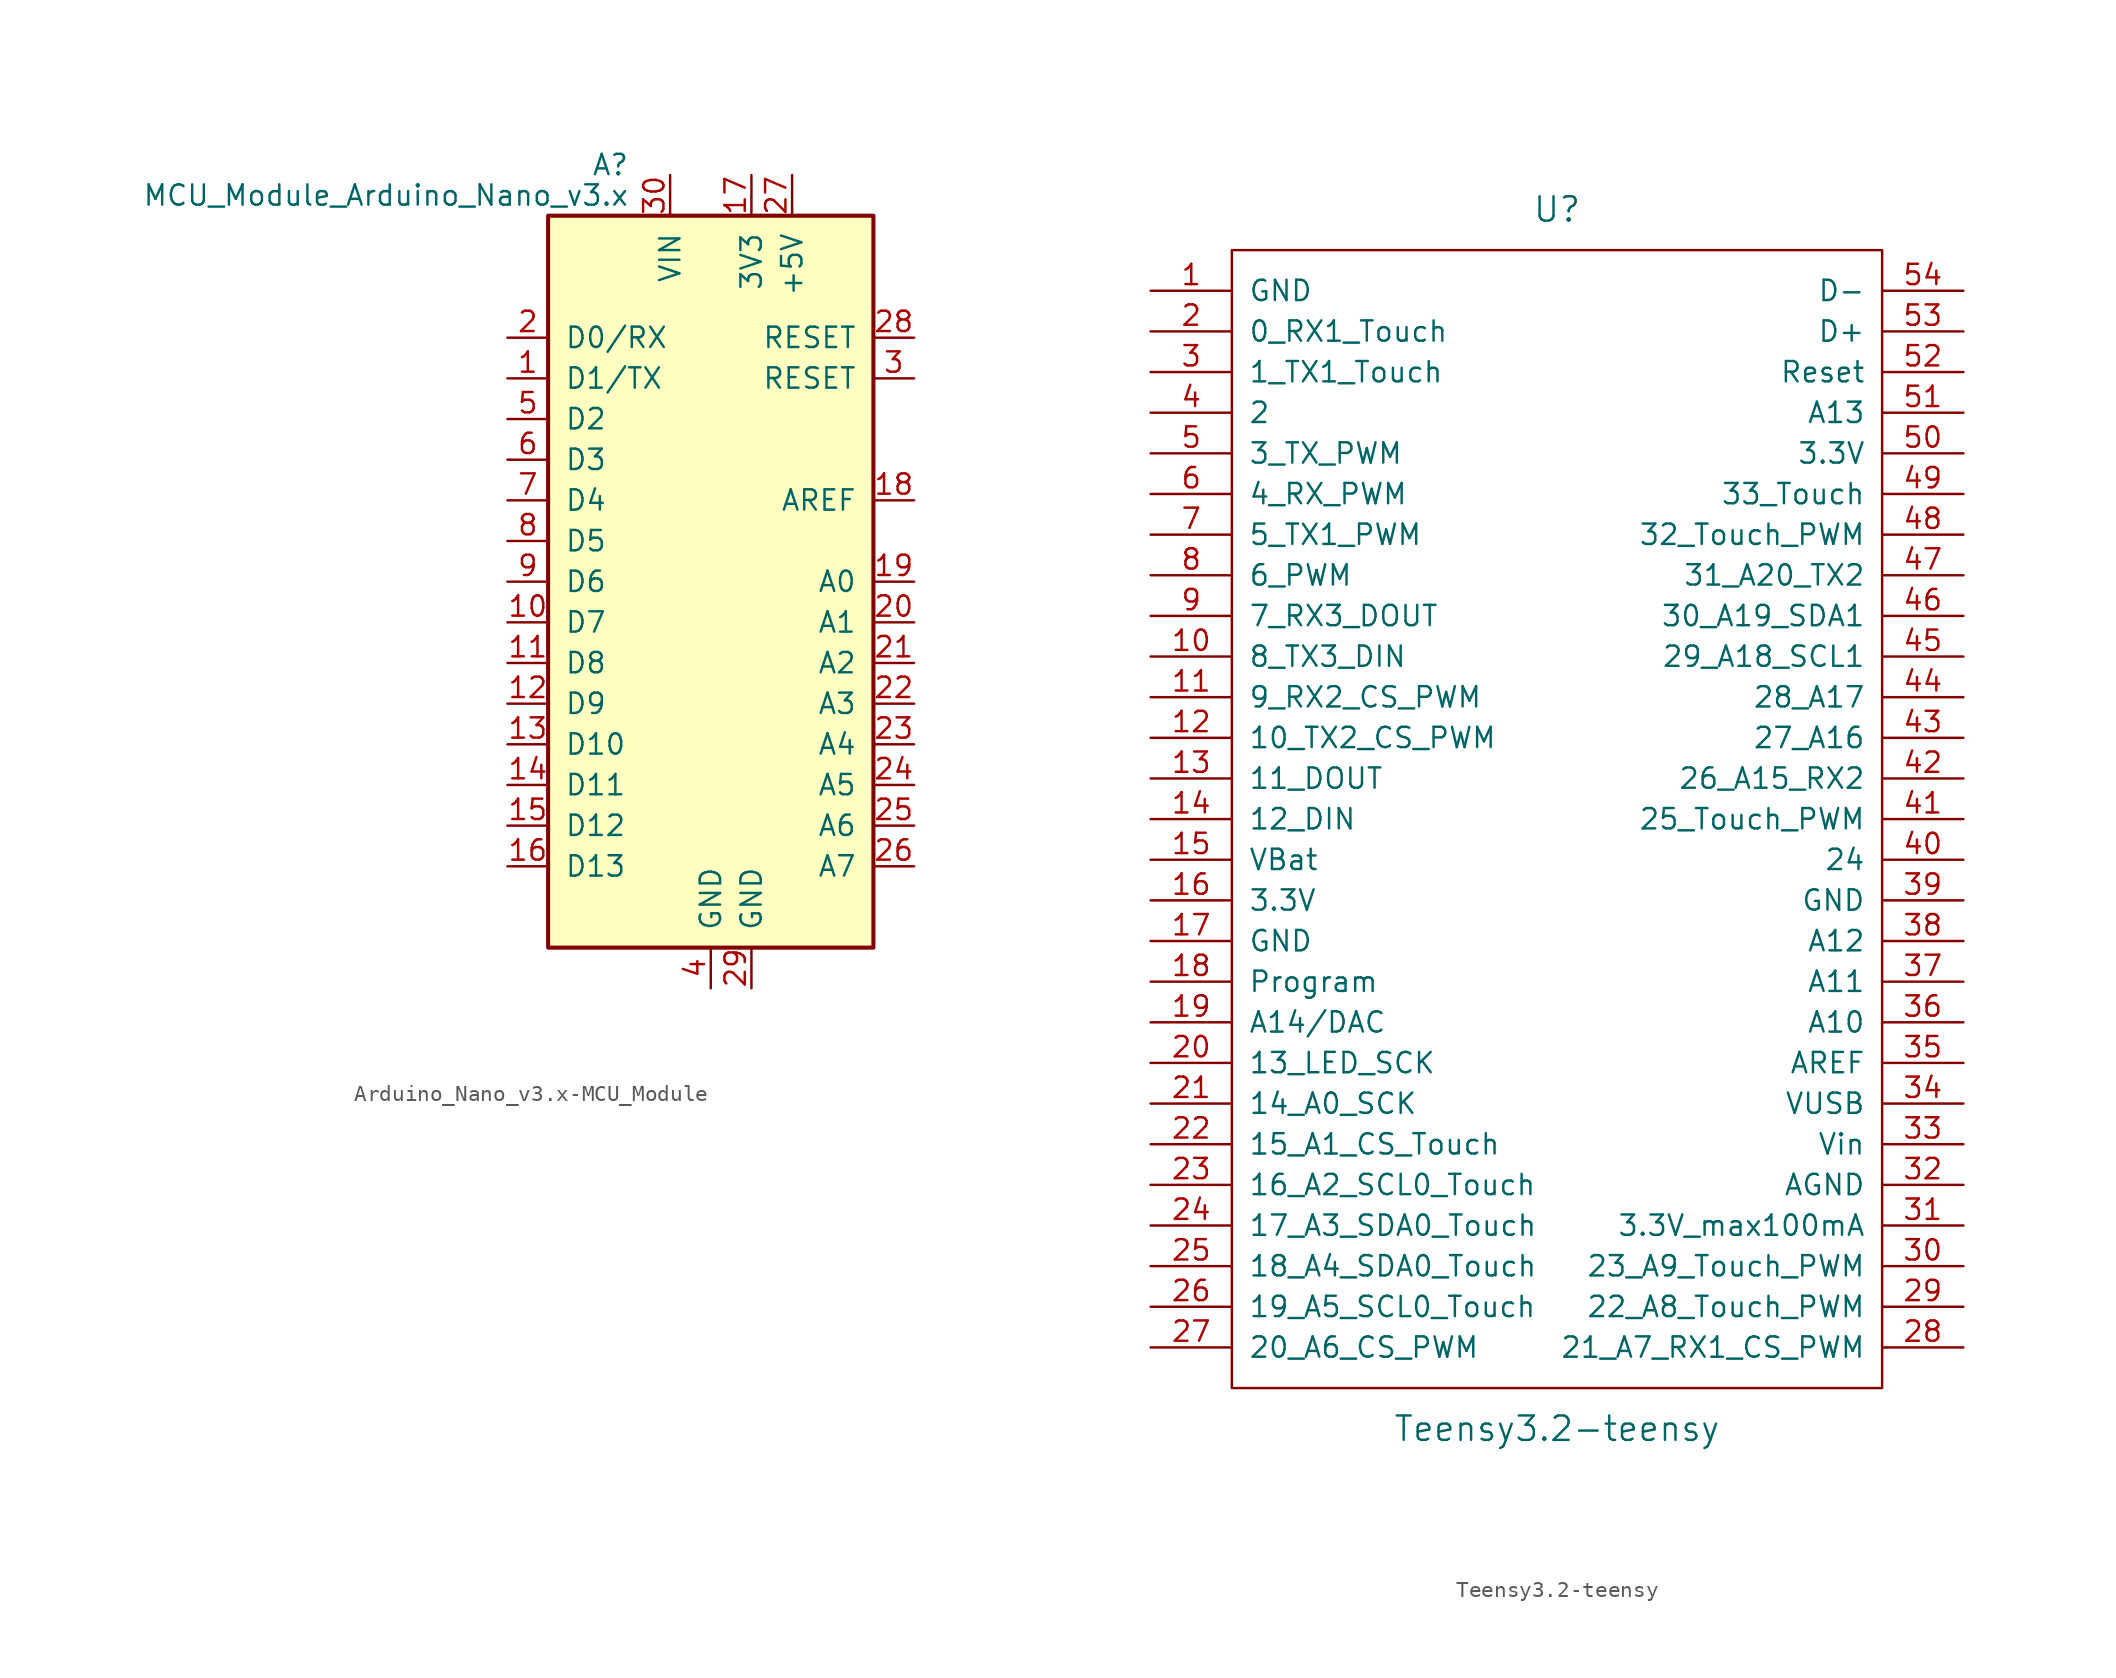
<source format=kicad_sym>
(kicad_symbol_lib
  (version 20220914)
  (generator kicad_symbol_editor)
  (symbol "Arduino_Nano_v3.x-MCU_Module"
    (pin_names
      (offset 1.016))
    (property "Reference" "A"
      (at -5.08 26.035 0)
      (effects (font (size 1.27 1.27)) (justify right)))
    (property "Value" "MCU_Module_Arduino_Nano_v3.x"
      (at -5.08 24.13 0)
      (effects (font (size 1.27 1.27)) (justify right)))
    (symbol "Arduino_Nano_v3.x-MCU_Module_0_1"
      (rectangle (start -10.16 22.86) (end 10.16 -22.86) (stroke (width 0.254) (type solid)) (fill (type background))))
    (symbol "Arduino_Nano_v3.x-MCU_Module_1_1"
      (pin bidirectional line (at -12.7 12.7 0) (length 2.54) (name "D1/TX" (effects (font (size 1.27 1.27)))) (number "1" (effects (font (size 1.27 1.27)))))
      (pin bidirectional line (at -12.7 -2.54 0) (length 2.54) (name "D7" (effects (font (size 1.27 1.27)))) (number "10" (effects (font (size 1.27 1.27)))))
      (pin bidirectional line (at -12.7 -5.08 0) (length 2.54) (name "D8" (effects (font (size 1.27 1.27)))) (number "11" (effects (font (size 1.27 1.27)))))
      (pin bidirectional line (at -12.7 -7.62 0) (length 2.54) (name "D9" (effects (font (size 1.27 1.27)))) (number "12" (effects (font (size 1.27 1.27)))))
      (pin bidirectional line (at -12.7 -10.16 0) (length 2.54) (name "D10" (effects (font (size 1.27 1.27)))) (number "13" (effects (font (size 1.27 1.27)))))
      (pin bidirectional line (at -12.7 -12.7 0) (length 2.54) (name "D11" (effects (font (size 1.27 1.27)))) (number "14" (effects (font (size 1.27 1.27)))))
      (pin bidirectional line (at -12.7 -15.24 0) (length 2.54) (name "D12" (effects (font (size 1.27 1.27)))) (number "15" (effects (font (size 1.27 1.27)))))
      (pin bidirectional line (at -12.7 -17.78 0) (length 2.54) (name "D13" (effects (font (size 1.27 1.27)))) (number "16" (effects (font (size 1.27 1.27)))))
      (pin power_out line (at 2.54 25.4 270) (length 2.54) (name "3V3" (effects (font (size 1.27 1.27)))) (number "17" (effects (font (size 1.27 1.27)))))
      (pin input line (at 12.7 5.08 180) (length 2.54) (name "AREF" (effects (font (size 1.27 1.27)))) (number "18" (effects (font (size 1.27 1.27)))))
      (pin bidirectional line (at 12.7 0 180) (length 2.54) (name "A0" (effects (font (size 1.27 1.27)))) (number "19" (effects (font (size 1.27 1.27)))))
      (pin bidirectional line (at -12.7 15.24 0) (length 2.54) (name "D0/RX" (effects (font (size 1.27 1.27)))) (number "2" (effects (font (size 1.27 1.27)))))
      (pin bidirectional line (at 12.7 -2.54 180) (length 2.54) (name "A1" (effects (font (size 1.27 1.27)))) (number "20" (effects (font (size 1.27 1.27)))))
      (pin bidirectional line (at 12.7 -5.08 180) (length 2.54) (name "A2" (effects (font (size 1.27 1.27)))) (number "21" (effects (font (size 1.27 1.27)))))
      (pin bidirectional line (at 12.7 -7.62 180) (length 2.54) (name "A3" (effects (font (size 1.27 1.27)))) (number "22" (effects (font (size 1.27 1.27)))))
      (pin bidirectional line (at 12.7 -10.16 180) (length 2.54) (name "A4" (effects (font (size 1.27 1.27)))) (number "23" (effects (font (size 1.27 1.27)))))
      (pin bidirectional line (at 12.7 -12.7 180) (length 2.54) (name "A5" (effects (font (size 1.27 1.27)))) (number "24" (effects (font (size 1.27 1.27)))))
      (pin bidirectional line (at 12.7 -15.24 180) (length 2.54) (name "A6" (effects (font (size 1.27 1.27)))) (number "25" (effects (font (size 1.27 1.27)))))
      (pin bidirectional line (at 12.7 -17.78 180) (length 2.54) (name "A7" (effects (font (size 1.27 1.27)))) (number "26" (effects (font (size 1.27 1.27)))))
      (pin power_out line (at 5.08 25.4 270) (length 2.54) (name "+5V" (effects (font (size 1.27 1.27)))) (number "27" (effects (font (size 1.27 1.27)))))
      (pin input line (at 12.7 15.24 180) (length 2.54) (name "RESET" (effects (font (size 1.27 1.27)))) (number "28" (effects (font (size 1.27 1.27)))))
      (pin power_in line (at 2.54 -25.4 90) (length 2.54) (name "GND" (effects (font (size 1.27 1.27)))) (number "29" (effects (font (size 1.27 1.27)))))
      (pin input line (at 12.7 12.7 180) (length 2.54) (name "RESET" (effects (font (size 1.27 1.27)))) (number "3" (effects (font (size 1.27 1.27)))))
      (pin power_in line (at -2.54 25.4 270) (length 2.54) (name "VIN" (effects (font (size 1.27 1.27)))) (number "30" (effects (font (size 1.27 1.27)))))
      (pin power_in line (at 0 -25.4 90) (length 2.54) (name "GND" (effects (font (size 1.27 1.27)))) (number "4" (effects (font (size 1.27 1.27)))))
      (pin bidirectional line (at -12.7 10.16 0) (length 2.54) (name "D2" (effects (font (size 1.27 1.27)))) (number "5" (effects (font (size 1.27 1.27)))))
      (pin bidirectional line (at -12.7 7.62 0) (length 2.54) (name "D3" (effects (font (size 1.27 1.27)))) (number "6" (effects (font (size 1.27 1.27)))))
      (pin bidirectional line (at -12.7 5.08 0) (length 2.54) (name "D4" (effects (font (size 1.27 1.27)))) (number "7" (effects (font (size 1.27 1.27)))))
      (pin bidirectional line (at -12.7 2.54 0) (length 2.54) (name "D5" (effects (font (size 1.27 1.27)))) (number "8" (effects (font (size 1.27 1.27)))))
      (pin bidirectional line (at -12.7 0 0) (length 2.54) (name "D6" (effects (font (size 1.27 1.27)))) (number "9" (effects (font (size 1.27 1.27)))))))
  (symbol "Teensy3.2-teensy"
    (pin_names
      (offset 1.016))
    (property "Reference" "U"
      (at 0 38.1 0)
      (effects (font (size 1.524 1.524))))
    (property "Value" "Teensy3.2-teensy"
      (at 0 -38.1 0)
      (effects (font (size 1.524 1.524))))
    (property "Footprint" ""
      (at 0 -20.32 0)
      (effects (font (size 1.524 1.524))))
    (property "Datasheet" ""
      (at 0 -20.32 0)
      (effects (font (size 1.524 1.524))))
    (symbol "Teensy3.2-teensy_0_1"
      (rectangle (start -20.32 35.56) (end 20.32 -35.56) (stroke (width 0) (type solid)) (fill (type none))))
    (symbol "Teensy3.2-teensy_1_1"
      (pin power_in line (at -25.4 33.02 0) (length 5.08) (name "GND" (effects (font (size 1.27 1.27)))) (number "1" (effects (font (size 1.27 1.27)))))
      (pin bidirectional line (at -25.4 10.16 0) (length 5.08) (name "8_TX3_DIN" (effects (font (size 1.27 1.27)))) (number "10" (effects (font (size 1.27 1.27)))))
      (pin bidirectional line (at -25.4 7.62 0) (length 5.08) (name "9_RX2_CS_PWM" (effects (font (size 1.27 1.27)))) (number "11" (effects (font (size 1.27 1.27)))))
      (pin bidirectional line (at -25.4 5.08 0) (length 5.08) (name "10_TX2_CS_PWM" (effects (font (size 1.27 1.27)))) (number "12" (effects (font (size 1.27 1.27)))))
      (pin bidirectional line (at -25.4 2.54 0) (length 5.08) (name "11_DOUT" (effects (font (size 1.27 1.27)))) (number "13" (effects (font (size 1.27 1.27)))))
      (pin bidirectional line (at -25.4 0 0) (length 5.08) (name "12_DIN" (effects (font (size 1.27 1.27)))) (number "14" (effects (font (size 1.27 1.27)))))
      (pin power_in line (at -25.4 -2.54 0) (length 5.08) (name "VBat" (effects (font (size 1.27 1.27)))) (number "15" (effects (font (size 1.27 1.27)))))
      (pin power_out line (at -25.4 -5.08 0) (length 5.08) (name "3.3V" (effects (font (size 1.27 1.27)))) (number "16" (effects (font (size 1.27 1.27)))))
      (pin power_in line (at -25.4 -7.62 0) (length 5.08) (name "GND" (effects (font (size 1.27 1.27)))) (number "17" (effects (font (size 1.27 1.27)))))
      (pin input line (at -25.4 -10.16 0) (length 5.08) (name "Program" (effects (font (size 1.27 1.27)))) (number "18" (effects (font (size 1.27 1.27)))))
      (pin bidirectional line (at -25.4 -12.7 0) (length 5.08) (name "A14/DAC" (effects (font (size 1.27 1.27)))) (number "19" (effects (font (size 1.27 1.27)))))
      (pin bidirectional line (at -25.4 30.48 0) (length 5.08) (name "0_RX1_Touch" (effects (font (size 1.27 1.27)))) (number "2" (effects (font (size 1.27 1.27)))))
      (pin bidirectional line (at -25.4 -15.24 0) (length 5.08) (name "13_LED_SCK" (effects (font (size 1.27 1.27)))) (number "20" (effects (font (size 1.27 1.27)))))
      (pin bidirectional line (at -25.4 -17.78 0) (length 5.08) (name "14_A0_SCK" (effects (font (size 1.27 1.27)))) (number "21" (effects (font (size 1.27 1.27)))))
      (pin bidirectional line (at -25.4 -20.32 0) (length 5.08) (name "15_A1_CS_Touch" (effects (font (size 1.27 1.27)))) (number "22" (effects (font (size 1.27 1.27)))))
      (pin bidirectional line (at -25.4 -22.86 0) (length 5.08) (name "16_A2_SCL0_Touch" (effects (font (size 1.27 1.27)))) (number "23" (effects (font (size 1.27 1.27)))))
      (pin bidirectional line (at -25.4 -25.4 0) (length 5.08) (name "17_A3_SDA0_Touch" (effects (font (size 1.27 1.27)))) (number "24" (effects (font (size 1.27 1.27)))))
      (pin bidirectional line (at -25.4 -27.94 0) (length 5.08) (name "18_A4_SDA0_Touch" (effects (font (size 1.27 1.27)))) (number "25" (effects (font (size 1.27 1.27)))))
      (pin bidirectional line (at -25.4 -30.48 0) (length 5.08) (name "19_A5_SCL0_Touch" (effects (font (size 1.27 1.27)))) (number "26" (effects (font (size 1.27 1.27)))))
      (pin bidirectional line (at -25.4 -33.02 0) (length 5.08) (name "20_A6_CS_PWM" (effects (font (size 1.27 1.27)))) (number "27" (effects (font (size 1.27 1.27)))))
      (pin bidirectional line (at 25.4 -33.02 180) (length 5.08) (name "21_A7_RX1_CS_PWM" (effects (font (size 1.27 1.27)))) (number "28" (effects (font (size 1.27 1.27)))))
      (pin bidirectional line (at 25.4 -30.48 180) (length 5.08) (name "22_A8_Touch_PWM" (effects (font (size 1.27 1.27)))) (number "29" (effects (font (size 1.27 1.27)))))
      (pin bidirectional line (at -25.4 27.94 0) (length 5.08) (name "1_TX1_Touch" (effects (font (size 1.27 1.27)))) (number "3" (effects (font (size 1.27 1.27)))))
      (pin bidirectional line (at 25.4 -27.94 180) (length 5.08) (name "23_A9_Touch_PWM" (effects (font (size 1.27 1.27)))) (number "30" (effects (font (size 1.27 1.27)))))
      (pin power_out line (at 25.4 -25.4 180) (length 5.08) (name "3.3V_max100mA" (effects (font (size 1.27 1.27)))) (number "31" (effects (font (size 1.27 1.27)))))
      (pin power_out line (at 25.4 -22.86 180) (length 5.08) (name "AGND" (effects (font (size 1.27 1.27)))) (number "32" (effects (font (size 1.27 1.27)))))
      (pin power_in line (at 25.4 -20.32 180) (length 5.08) (name "Vin" (effects (font (size 1.27 1.27)))) (number "33" (effects (font (size 1.27 1.27)))))
      (pin power_in line (at 25.4 -17.78 180) (length 5.08) (name "VUSB" (effects (font (size 1.27 1.27)))) (number "34" (effects (font (size 1.27 1.27)))))
      (pin input line (at 25.4 -15.24 180) (length 5.08) (name "AREF" (effects (font (size 1.27 1.27)))) (number "35" (effects (font (size 1.27 1.27)))))
      (pin bidirectional line (at 25.4 -12.7 180) (length 5.08) (name "A10" (effects (font (size 1.27 1.27)))) (number "36" (effects (font (size 1.27 1.27)))))
      (pin bidirectional line (at 25.4 -10.16 180) (length 5.08) (name "A11" (effects (font (size 1.27 1.27)))) (number "37" (effects (font (size 1.27 1.27)))))
      (pin bidirectional line (at 25.4 -7.62 180) (length 5.08) (name "A12" (effects (font (size 1.27 1.27)))) (number "38" (effects (font (size 1.27 1.27)))))
      (pin power_in line (at 25.4 -5.08 180) (length 5.08) (name "GND" (effects (font (size 1.27 1.27)))) (number "39" (effects (font (size 1.27 1.27)))))
      (pin bidirectional line (at -25.4 25.4 0) (length 5.08) (name "2" (effects (font (size 1.27 1.27)))) (number "4" (effects (font (size 1.27 1.27)))))
      (pin bidirectional line (at 25.4 -2.54 180) (length 5.08) (name "24" (effects (font (size 1.27 1.27)))) (number "40" (effects (font (size 1.27 1.27)))))
      (pin bidirectional line (at 25.4 0 180) (length 5.08) (name "25_Touch_PWM" (effects (font (size 1.27 1.27)))) (number "41" (effects (font (size 1.27 1.27)))))
      (pin bidirectional line (at 25.4 2.54 180) (length 5.08) (name "26_A15_RX2" (effects (font (size 1.27 1.27)))) (number "42" (effects (font (size 1.27 1.27)))))
      (pin bidirectional line (at 25.4 5.08 180) (length 5.08) (name "27_A16" (effects (font (size 1.27 1.27)))) (number "43" (effects (font (size 1.27 1.27)))))
      (pin bidirectional line (at 25.4 7.62 180) (length 5.08) (name "28_A17" (effects (font (size 1.27 1.27)))) (number "44" (effects (font (size 1.27 1.27)))))
      (pin bidirectional line (at 25.4 10.16 180) (length 5.08) (name "29_A18_SCL1" (effects (font (size 1.27 1.27)))) (number "45" (effects (font (size 1.27 1.27)))))
      (pin bidirectional line (at 25.4 12.7 180) (length 5.08) (name "30_A19_SDA1" (effects (font (size 1.27 1.27)))) (number "46" (effects (font (size 1.27 1.27)))))
      (pin bidirectional line (at 25.4 15.24 180) (length 5.08) (name "31_A20_TX2" (effects (font (size 1.27 1.27)))) (number "47" (effects (font (size 1.27 1.27)))))
      (pin bidirectional line (at 25.4 17.78 180) (length 5.08) (name "32_Touch_PWM" (effects (font (size 1.27 1.27)))) (number "48" (effects (font (size 1.27 1.27)))))
      (pin bidirectional line (at 25.4 20.32 180) (length 5.08) (name "33_Touch" (effects (font (size 1.27 1.27)))) (number "49" (effects (font (size 1.27 1.27)))))
      (pin bidirectional line (at -25.4 22.86 0) (length 5.08) (name "3_TX_PWM" (effects (font (size 1.27 1.27)))) (number "5" (effects (font (size 1.27 1.27)))))
      (pin power_out line (at 25.4 22.86 180) (length 5.08) (name "3.3V" (effects (font (size 1.27 1.27)))) (number "50" (effects (font (size 1.27 1.27)))))
      (pin bidirectional line (at 25.4 25.4 180) (length 5.08) (name "A13" (effects (font (size 1.27 1.27)))) (number "51" (effects (font (size 1.27 1.27)))))
      (pin input line (at 25.4 27.94 180) (length 5.08) (name "Reset" (effects (font (size 1.27 1.27)))) (number "52" (effects (font (size 1.27 1.27)))))
      (pin bidirectional line (at 25.4 30.48 180) (length 5.08) (name "D+" (effects (font (size 1.27 1.27)))) (number "53" (effects (font (size 1.27 1.27)))))
      (pin bidirectional line (at 25.4 33.02 180) (length 5.08) (name "D-" (effects (font (size 1.27 1.27)))) (number "54" (effects (font (size 1.27 1.27)))))
      (pin bidirectional line (at -25.4 20.32 0) (length 5.08) (name "4_RX_PWM" (effects (font (size 1.27 1.27)))) (number "6" (effects (font (size 1.27 1.27)))))
      (pin bidirectional line (at -25.4 17.78 0) (length 5.08) (name "5_TX1_PWM" (effects (font (size 1.27 1.27)))) (number "7" (effects (font (size 1.27 1.27)))))
      (pin bidirectional line (at -25.4 15.24 0) (length 5.08) (name "6_PWM" (effects (font (size 1.27 1.27)))) (number "8" (effects (font (size 1.27 1.27)))))
      (pin bidirectional line (at -25.4 12.7 0) (length 5.08) (name "7_RX3_DOUT" (effects (font (size 1.27 1.27)))) (number "9" (effects (font (size 1.27 1.27))))))))
</source>
